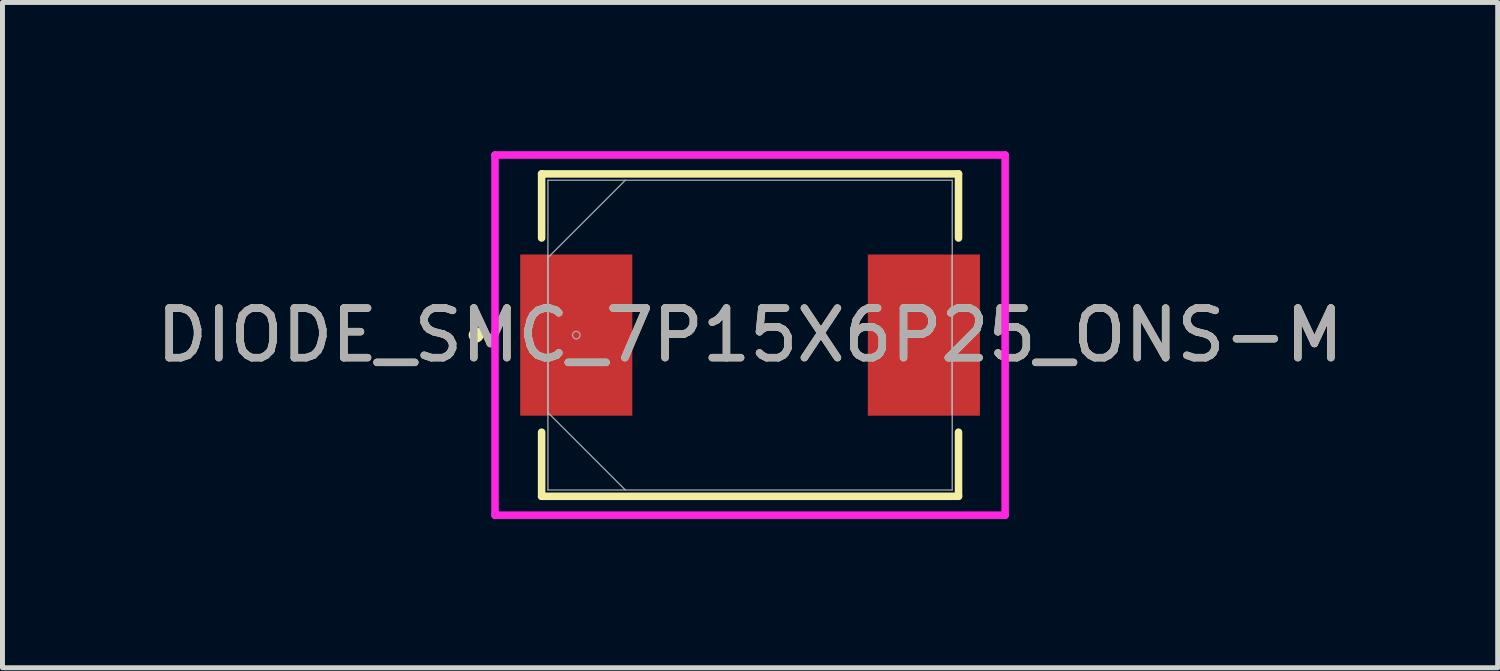
<source format=kicad_pcb>
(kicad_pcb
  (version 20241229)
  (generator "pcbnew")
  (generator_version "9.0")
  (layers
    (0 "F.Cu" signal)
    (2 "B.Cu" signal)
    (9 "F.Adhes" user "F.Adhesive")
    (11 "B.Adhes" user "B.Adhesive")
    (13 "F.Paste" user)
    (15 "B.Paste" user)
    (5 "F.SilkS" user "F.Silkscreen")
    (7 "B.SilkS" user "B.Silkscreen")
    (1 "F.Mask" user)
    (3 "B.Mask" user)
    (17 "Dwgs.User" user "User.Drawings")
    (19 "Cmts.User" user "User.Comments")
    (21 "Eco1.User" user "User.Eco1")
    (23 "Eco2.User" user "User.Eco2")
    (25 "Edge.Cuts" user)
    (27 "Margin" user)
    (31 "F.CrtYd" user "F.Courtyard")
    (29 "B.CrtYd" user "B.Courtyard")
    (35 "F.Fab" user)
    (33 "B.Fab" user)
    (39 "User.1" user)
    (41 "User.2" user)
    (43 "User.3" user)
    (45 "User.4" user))
  (footprint "DIODE_SMC_7P15X6P25_ONS-M"
    (layer "F.Cu")
    (at 12.077 3.708)
    (property "Reference" "DIODE_SMC_7P15X6P25_ONS-M" (at 0 0 0) (unlocked yes) (layer "F.SilkS") (effects (font (size 1 1) (thickness 0.15))))
    (attr smd)
    (fp_line (start -4.204 -3.251) (end -4.204 -1.958) (stroke (width 0.152) (type solid)) (layer "F.SilkS"))
    (fp_line (start -4.204 1.958) (end -4.204 3.251) (stroke (width 0.152) (type solid)) (layer "F.SilkS"))
    (fp_line (start -4.204 3.251) (end 4.204 3.251) (stroke (width 0.152) (type solid)) (layer "F.SilkS"))
    (fp_line (start 4.204 -3.251) (end -4.204 -3.251) (stroke (width 0.152) (type solid)) (layer "F.SilkS"))
    (fp_line (start 4.204 -1.958) (end 4.204 -3.251) (stroke (width 0.152) (type solid)) (layer "F.SilkS"))
    (fp_line (start 4.204 3.251) (end 4.204 1.958) (stroke (width 0.152) (type solid)) (layer "F.SilkS"))
    (fp_circle (center -5.524 0) (end -5.448 0) (stroke (width 0.152) (type solid)) (fill no) (layer "F.SilkS"))
    (fp_line (start -5.144 -3.632) (end 5.144 -3.632) (stroke (width 0.152) (type solid)) (layer "F.CrtYd"))
    (fp_line (start -5.144 3.632) (end -5.144 -3.632) (stroke (width 0.152) (type solid)) (layer "F.CrtYd"))
    (fp_line (start 5.144 -3.632) (end 5.144 3.632) (stroke (width 0.152) (type solid)) (layer "F.CrtYd"))
    (fp_line (start 5.144 3.632) (end -5.144 3.632) (stroke (width 0.152) (type solid)) (layer "F.CrtYd"))
    (fp_line (start -4.077 -3.124) (end -4.077 3.124) (stroke (width 0.025) (type solid)) (layer "F.Fab"))
    (fp_line (start -4.077 -1.6) (end -4.077 -1.6) (stroke (width 0.025) (type solid)) (layer "F.Fab"))
    (fp_line (start -4.077 -1.6) (end -4.077 1.6) (stroke (width 0.025) (type solid)) (layer "F.Fab"))
    (fp_line (start -4.077 -1.562) (end -2.515 -3.124) (stroke (width 0.025) (type solid)) (layer "F.Fab"))
    (fp_line (start -4.077 1.562) (end -2.515 3.124) (stroke (width 0.025) (type solid)) (layer "F.Fab"))
    (fp_line (start -4.077 1.6) (end -4.077 -1.6) (stroke (width 0.025) (type solid)) (layer "F.Fab"))
    (fp_line (start -4.077 1.6) (end -4.077 1.6) (stroke (width 0.025) (type solid)) (layer "F.Fab"))
    (fp_line (start -4.077 3.124) (end 4.077 3.124) (stroke (width 0.025) (type solid)) (layer "F.Fab"))
    (fp_line (start 4.077 -3.124) (end -4.077 -3.124) (stroke (width 0.025) (type solid)) (layer "F.Fab"))
    (fp_line (start 4.077 -1.6) (end 4.077 -1.6) (stroke (width 0.025) (type solid)) (layer "F.Fab"))
    (fp_line (start 4.077 -1.6) (end 4.077 1.6) (stroke (width 0.025) (type solid)) (layer "F.Fab"))
    (fp_line (start 4.077 1.6) (end 4.077 -1.6) (stroke (width 0.025) (type solid)) (layer "F.Fab"))
    (fp_line (start 4.077 1.6) (end 4.077 1.6) (stroke (width 0.025) (type solid)) (layer "F.Fab"))
    (fp_line (start 4.077 3.124) (end 4.077 -3.124) (stroke (width 0.025) (type solid)) (layer "F.Fab"))
    (fp_circle (center -3.505 0) (end -3.429 0) (stroke (width 0.025) (type solid)) (fill no) (layer "F.Fab"))
    (fp_text user "${REFERENCE}" (at 0 0 0) (unlocked yes) (layer "F.Fab") (effects (font (size 1 1) (thickness 0.15))))
    (pad "1" smd rect (at -3.505 0) (size 2.261 3.251) (layers "F.Cu" "F.Mask" "F.Paste"))
    (pad "2" smd rect (at 3.505 0) (size 2.261 3.251) (layers "F.Cu" "F.Mask" "F.Paste"))
    (zone (net_name "") (layer "F.Cu") (hatch full 0.508) (connect_pads) (min_thickness 0.254) (filled_areas_thickness no) (keepout (tracks not_allowed) (vias not_allowed) (pads allowed) (copperpour not_allowed) (footprints allowed)) (placement (enabled no)) (fill) (polygon (pts (xy 9.753 0.635) (xy 14.401 0.635) (xy 14.401 6.782) (xy 9.753 6.782)))))
  (gr_rect
    (start -3 -3)
    (end 27.155 10.417)
    (stroke (width 0.1) (type default))
    (fill no)
    (layer "Edge.Cuts")))
</source>
